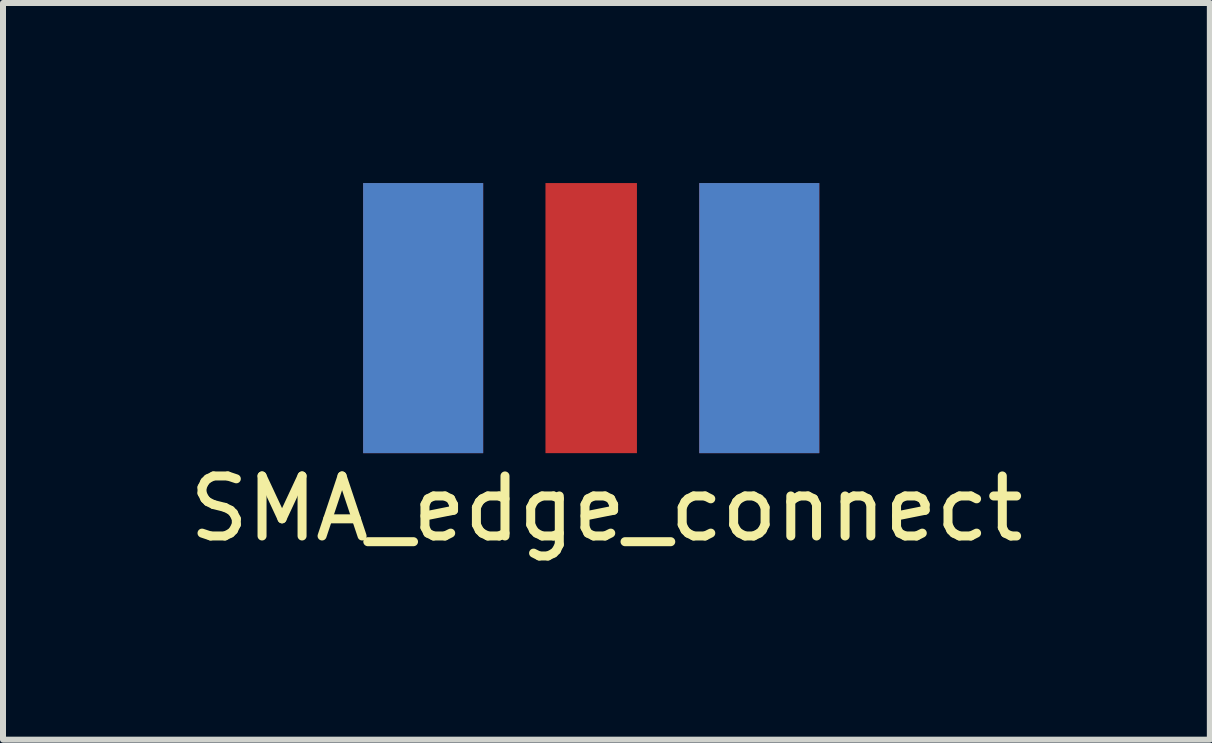
<source format=kicad_pcb>
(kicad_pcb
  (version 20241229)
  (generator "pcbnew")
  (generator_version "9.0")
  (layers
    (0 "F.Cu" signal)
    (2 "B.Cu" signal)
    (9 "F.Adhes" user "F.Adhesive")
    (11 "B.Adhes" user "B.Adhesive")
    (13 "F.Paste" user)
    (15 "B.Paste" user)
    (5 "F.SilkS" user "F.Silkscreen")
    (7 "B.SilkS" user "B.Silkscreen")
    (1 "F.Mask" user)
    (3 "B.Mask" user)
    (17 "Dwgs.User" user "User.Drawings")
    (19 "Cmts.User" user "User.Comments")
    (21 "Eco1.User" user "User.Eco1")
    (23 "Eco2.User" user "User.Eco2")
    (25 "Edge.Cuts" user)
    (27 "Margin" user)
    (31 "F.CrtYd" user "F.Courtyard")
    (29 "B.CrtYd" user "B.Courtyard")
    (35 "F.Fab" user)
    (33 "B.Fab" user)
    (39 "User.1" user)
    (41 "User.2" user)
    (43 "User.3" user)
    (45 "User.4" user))
  (footprint "SMA_edge_connect"
    (layer "F.Cu")
    (at 6.8 2.25)
    (property "Reference" "SMA_edge_connect" (at 0.254 3.175 0) (layer "F.SilkS") (effects (font (size 1 1) (thickness 0.15))))
    (attr through_hole)
    (pad "1" smd rect (at 0 0) (size 1.524 4.5) (layers "F.Cu" "F.Mask" "F.Paste"))
    (pad "2" smd rect (at -2.8 0) (size 2 4.5) (layers "F.Cu" "F.Mask" "F.Paste"))
    (pad "2" smd rect (at -2.8 0) (size 2 4.5) (layers "B.Cu" "B.Mask" "B.Paste"))
    (pad "2" smd rect (at 2.8 0) (size 2 4.5) (layers "F.Cu" "F.Mask" "F.Paste"))
    (pad "2" smd rect (at 2.8 0) (size 2 4.5) (layers "B.Cu" "B.Mask" "B.Paste")))
  (gr_rect
    (start -3 -3)
    (end 17.107 9.273)
    (stroke (width 0.1) (type default))
    (fill no)
    (layer "Edge.Cuts")))
</source>
